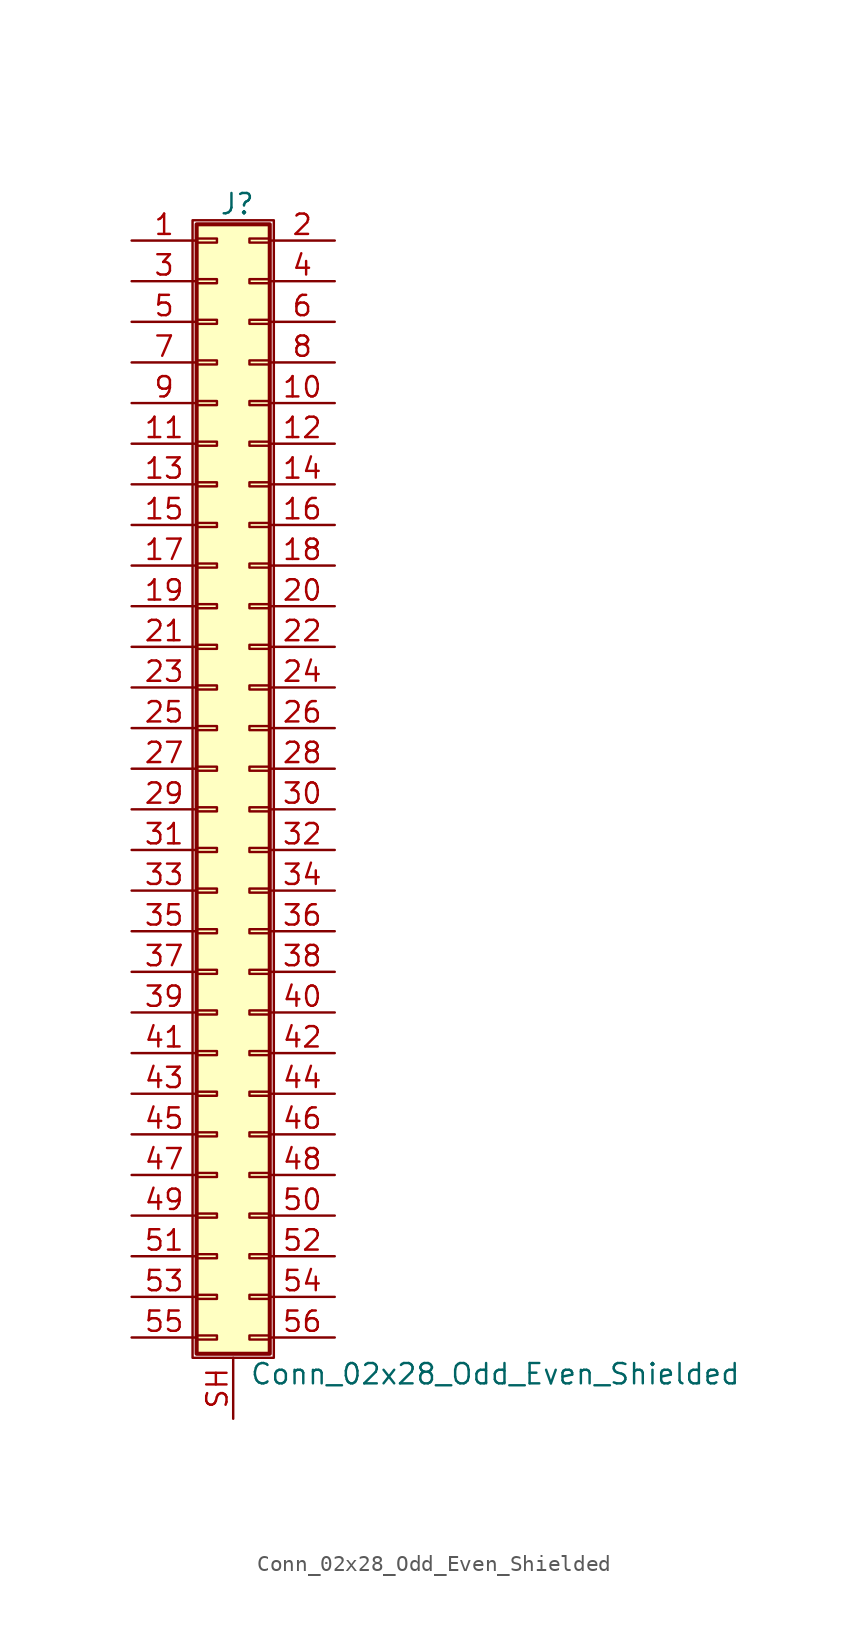
<source format=kicad_sym>
(kicad_symbol_lib
  (version 20201005)
  (generator kicad_symbol_editor)
  (symbol "Conn_02x28_Odd_Even_Shielded"
    (pin_names
      (offset 1.016) hide)
    (property "Reference" "J"
      (at 1.524 35.306 0)
      (effects (font (size 1.27 1.27))))
    (property "Value" "Conn_02x28_Odd_Even_Shielded"
      (at 2.286 -37.846 0)
      (effects (font (size 1.27 1.27)) (justify left)))
    (symbol "Conn_02x28_Odd_Even_Shielded_1_1"
      (rectangle (start -1.27 34.29) (end 3.81 -36.83) (stroke (width 0.152)) (fill (type none)))
      (rectangle (start -1.016 -35.433) (end 0.254 -35.687) (stroke (width 0.152)) (fill (type none)))
      (rectangle (start -1.016 -32.893) (end 0.254 -33.147) (stroke (width 0.152)) (fill (type none)))
      (rectangle (start -1.016 -30.353) (end 0.254 -30.607) (stroke (width 0.152)) (fill (type none)))
      (rectangle (start -1.016 -27.813) (end 0.254 -28.067) (stroke (width 0.152)) (fill (type none)))
      (rectangle (start -1.016 -25.273) (end 0.254 -25.527) (stroke (width 0.152)) (fill (type none)))
      (rectangle (start -1.016 -22.733) (end 0.254 -22.987) (stroke (width 0.152)) (fill (type none)))
      (rectangle (start -1.016 -20.193) (end 0.254 -20.447) (stroke (width 0.152)) (fill (type none)))
      (rectangle (start -1.016 -17.653) (end 0.254 -17.907) (stroke (width 0.152)) (fill (type none)))
      (rectangle (start -1.016 -15.113) (end 0.254 -15.367) (stroke (width 0.152)) (fill (type none)))
      (rectangle (start -1.016 -12.573) (end 0.254 -12.827) (stroke (width 0.152)) (fill (type none)))
      (rectangle (start -1.016 -10.033) (end 0.254 -10.287) (stroke (width 0.152)) (fill (type none)))
      (rectangle (start -1.016 -7.493) (end 0.254 -7.747) (stroke (width 0.152)) (fill (type none)))
      (rectangle (start -1.016 -4.953) (end 0.254 -5.207) (stroke (width 0.152)) (fill (type none)))
      (rectangle (start -1.016 -2.413) (end 0.254 -2.667) (stroke (width 0.152)) (fill (type none)))
      (rectangle (start -1.016 0.127) (end 0.254 -0.127) (stroke (width 0.152)) (fill (type none)))
      (rectangle (start -1.016 2.667) (end 0.254 2.413) (stroke (width 0.152)) (fill (type none)))
      (rectangle (start -1.016 5.207) (end 0.254 4.953) (stroke (width 0.152)) (fill (type none)))
      (rectangle (start -1.016 7.747) (end 0.254 7.493) (stroke (width 0.152)) (fill (type none)))
      (rectangle (start -1.016 10.287) (end 0.254 10.033) (stroke (width 0.152)) (fill (type none)))
      (rectangle (start -1.016 12.827) (end 0.254 12.573) (stroke (width 0.152)) (fill (type none)))
      (rectangle (start -1.016 15.367) (end 0.254 15.113) (stroke (width 0.152)) (fill (type none)))
      (rectangle (start -1.016 17.907) (end 0.254 17.653) (stroke (width 0.152)) (fill (type none)))
      (rectangle (start -1.016 20.447) (end 0.254 20.193) (stroke (width 0.152)) (fill (type none)))
      (rectangle (start -1.016 22.987) (end 0.254 22.733) (stroke (width 0.152)) (fill (type none)))
      (rectangle (start -1.016 25.527) (end 0.254 25.273) (stroke (width 0.152)) (fill (type none)))
      (rectangle (start -1.016 28.067) (end 0.254 27.813) (stroke (width 0.152)) (fill (type none)))
      (rectangle (start -1.016 30.607) (end 0.254 30.353) (stroke (width 0.152)) (fill (type none)))
      (rectangle (start -1.016 33.147) (end 0.254 32.893) (stroke (width 0.152)) (fill (type none)))
      (rectangle (start 3.556 -35.433) (end 2.286 -35.687) (stroke (width 0.152)) (fill (type none)))
      (rectangle (start 3.556 -32.893) (end 2.286 -33.147) (stroke (width 0.152)) (fill (type none)))
      (rectangle (start 3.556 -30.353) (end 2.286 -30.607) (stroke (width 0.152)) (fill (type none)))
      (rectangle (start 3.556 -27.813) (end 2.286 -28.067) (stroke (width 0.152)) (fill (type none)))
      (rectangle (start 3.556 -25.273) (end 2.286 -25.527) (stroke (width 0.152)) (fill (type none)))
      (rectangle (start 3.556 -22.733) (end 2.286 -22.987) (stroke (width 0.152)) (fill (type none)))
      (rectangle (start 3.556 -20.193) (end 2.286 -20.447) (stroke (width 0.152)) (fill (type none)))
      (rectangle (start 3.556 -17.653) (end 2.286 -17.907) (stroke (width 0.152)) (fill (type none)))
      (rectangle (start 3.556 -15.113) (end 2.286 -15.367) (stroke (width 0.152)) (fill (type none)))
      (rectangle (start 3.556 -12.573) (end 2.286 -12.827) (stroke (width 0.152)) (fill (type none)))
      (rectangle (start 3.556 -10.033) (end 2.286 -10.287) (stroke (width 0.152)) (fill (type none)))
      (rectangle (start 3.556 -7.493) (end 2.286 -7.747) (stroke (width 0.152)) (fill (type none)))
      (rectangle (start 3.556 -4.953) (end 2.286 -5.207) (stroke (width 0.152)) (fill (type none)))
      (rectangle (start 3.556 -2.413) (end 2.286 -2.667) (stroke (width 0.152)) (fill (type none)))
      (rectangle (start 3.556 0.127) (end 2.286 -0.127) (stroke (width 0.152)) (fill (type none)))
      (rectangle (start 3.556 2.667) (end 2.286 2.413) (stroke (width 0.152)) (fill (type none)))
      (rectangle (start 3.556 5.207) (end 2.286 4.953) (stroke (width 0.152)) (fill (type none)))
      (rectangle (start 3.556 7.747) (end 2.286 7.493) (stroke (width 0.152)) (fill (type none)))
      (rectangle (start 3.556 10.287) (end 2.286 10.033) (stroke (width 0.152)) (fill (type none)))
      (rectangle (start 3.556 12.827) (end 2.286 12.573) (stroke (width 0.152)) (fill (type none)))
      (rectangle (start 3.556 15.367) (end 2.286 15.113) (stroke (width 0.152)) (fill (type none)))
      (rectangle (start 3.556 17.907) (end 2.286 17.653) (stroke (width 0.152)) (fill (type none)))
      (rectangle (start 3.556 20.447) (end 2.286 20.193) (stroke (width 0.152)) (fill (type none)))
      (rectangle (start 3.556 22.987) (end 2.286 22.733) (stroke (width 0.152)) (fill (type none)))
      (rectangle (start 3.556 25.527) (end 2.286 25.273) (stroke (width 0.152)) (fill (type none)))
      (rectangle (start 3.556 28.067) (end 2.286 27.813) (stroke (width 0.152)) (fill (type none)))
      (rectangle (start 3.556 30.607) (end 2.286 30.353) (stroke (width 0.152)) (fill (type none)))
      (rectangle (start 3.556 33.147) (end 2.286 32.893) (stroke (width 0.152)) (fill (type none)))
      (rectangle (start -1.016 34.036) (end 3.556 -36.576) (stroke (width 0.254)) (fill (type background)))
      (pin passive line (at -5.08 33.02 0) (length 4.064) (name "Pin_1" (effects (font (size 1.27 1.27)))) (number "1" (effects (font (size 1.27 1.27)))))
      (pin passive line (at 7.62 22.86 180) (length 4.064) (name "Pin_10" (effects (font (size 1.27 1.27)))) (number "10" (effects (font (size 1.27 1.27)))))
      (pin passive line (at -5.08 20.32 0) (length 4.064) (name "Pin_11" (effects (font (size 1.27 1.27)))) (number "11" (effects (font (size 1.27 1.27)))))
      (pin passive line (at 7.62 20.32 180) (length 4.064) (name "Pin_12" (effects (font (size 1.27 1.27)))) (number "12" (effects (font (size 1.27 1.27)))))
      (pin passive line (at -5.08 17.78 0) (length 4.064) (name "Pin_13" (effects (font (size 1.27 1.27)))) (number "13" (effects (font (size 1.27 1.27)))))
      (pin passive line (at 7.62 17.78 180) (length 4.064) (name "Pin_14" (effects (font (size 1.27 1.27)))) (number "14" (effects (font (size 1.27 1.27)))))
      (pin passive line (at -5.08 15.24 0) (length 4.064) (name "Pin_15" (effects (font (size 1.27 1.27)))) (number "15" (effects (font (size 1.27 1.27)))))
      (pin passive line (at 7.62 15.24 180) (length 4.064) (name "Pin_16" (effects (font (size 1.27 1.27)))) (number "16" (effects (font (size 1.27 1.27)))))
      (pin passive line (at -5.08 12.7 0) (length 4.064) (name "Pin_17" (effects (font (size 1.27 1.27)))) (number "17" (effects (font (size 1.27 1.27)))))
      (pin passive line (at 7.62 12.7 180) (length 4.064) (name "Pin_18" (effects (font (size 1.27 1.27)))) (number "18" (effects (font (size 1.27 1.27)))))
      (pin passive line (at -5.08 10.16 0) (length 4.064) (name "Pin_19" (effects (font (size 1.27 1.27)))) (number "19" (effects (font (size 1.27 1.27)))))
      (pin passive line (at 7.62 33.02 180) (length 4.064) (name "Pin_2" (effects (font (size 1.27 1.27)))) (number "2" (effects (font (size 1.27 1.27)))))
      (pin passive line (at 7.62 10.16 180) (length 4.064) (name "Pin_20" (effects (font (size 1.27 1.27)))) (number "20" (effects (font (size 1.27 1.27)))))
      (pin passive line (at -5.08 7.62 0) (length 4.064) (name "Pin_21" (effects (font (size 1.27 1.27)))) (number "21" (effects (font (size 1.27 1.27)))))
      (pin passive line (at 7.62 7.62 180) (length 4.064) (name "Pin_22" (effects (font (size 1.27 1.27)))) (number "22" (effects (font (size 1.27 1.27)))))
      (pin passive line (at -5.08 5.08 0) (length 4.064) (name "Pin_23" (effects (font (size 1.27 1.27)))) (number "23" (effects (font (size 1.27 1.27)))))
      (pin passive line (at 7.62 5.08 180) (length 4.064) (name "Pin_24" (effects (font (size 1.27 1.27)))) (number "24" (effects (font (size 1.27 1.27)))))
      (pin passive line (at -5.08 2.54 0) (length 4.064) (name "Pin_25" (effects (font (size 1.27 1.27)))) (number "25" (effects (font (size 1.27 1.27)))))
      (pin passive line (at 7.62 2.54 180) (length 4.064) (name "Pin_26" (effects (font (size 1.27 1.27)))) (number "26" (effects (font (size 1.27 1.27)))))
      (pin passive line (at -5.08 0 0) (length 4.064) (name "Pin_27" (effects (font (size 1.27 1.27)))) (number "27" (effects (font (size 1.27 1.27)))))
      (pin passive line (at 7.62 0 180) (length 4.064) (name "Pin_28" (effects (font (size 1.27 1.27)))) (number "28" (effects (font (size 1.27 1.27)))))
      (pin passive line (at -5.08 -2.54 0) (length 4.064) (name "Pin_29" (effects (font (size 1.27 1.27)))) (number "29" (effects (font (size 1.27 1.27)))))
      (pin passive line (at -5.08 30.48 0) (length 4.064) (name "Pin_3" (effects (font (size 1.27 1.27)))) (number "3" (effects (font (size 1.27 1.27)))))
      (pin passive line (at 7.62 -2.54 180) (length 4.064) (name "Pin_30" (effects (font (size 1.27 1.27)))) (number "30" (effects (font (size 1.27 1.27)))))
      (pin passive line (at -5.08 -5.08 0) (length 4.064) (name "Pin_31" (effects (font (size 1.27 1.27)))) (number "31" (effects (font (size 1.27 1.27)))))
      (pin passive line (at 7.62 -5.08 180) (length 4.064) (name "Pin_32" (effects (font (size 1.27 1.27)))) (number "32" (effects (font (size 1.27 1.27)))))
      (pin passive line (at -5.08 -7.62 0) (length 4.064) (name "Pin_33" (effects (font (size 1.27 1.27)))) (number "33" (effects (font (size 1.27 1.27)))))
      (pin passive line (at 7.62 -7.62 180) (length 4.064) (name "Pin_34" (effects (font (size 1.27 1.27)))) (number "34" (effects (font (size 1.27 1.27)))))
      (pin passive line (at -5.08 -10.16 0) (length 4.064) (name "Pin_35" (effects (font (size 1.27 1.27)))) (number "35" (effects (font (size 1.27 1.27)))))
      (pin passive line (at 7.62 -10.16 180) (length 4.064) (name "Pin_36" (effects (font (size 1.27 1.27)))) (number "36" (effects (font (size 1.27 1.27)))))
      (pin passive line (at -5.08 -12.7 0) (length 4.064) (name "Pin_37" (effects (font (size 1.27 1.27)))) (number "37" (effects (font (size 1.27 1.27)))))
      (pin passive line (at 7.62 -12.7 180) (length 4.064) (name "Pin_38" (effects (font (size 1.27 1.27)))) (number "38" (effects (font (size 1.27 1.27)))))
      (pin passive line (at -5.08 -15.24 0) (length 4.064) (name "Pin_39" (effects (font (size 1.27 1.27)))) (number "39" (effects (font (size 1.27 1.27)))))
      (pin passive line (at 7.62 30.48 180) (length 4.064) (name "Pin_4" (effects (font (size 1.27 1.27)))) (number "4" (effects (font (size 1.27 1.27)))))
      (pin passive line (at 7.62 -15.24 180) (length 4.064) (name "Pin_40" (effects (font (size 1.27 1.27)))) (number "40" (effects (font (size 1.27 1.27)))))
      (pin passive line (at -5.08 -17.78 0) (length 4.064) (name "Pin_41" (effects (font (size 1.27 1.27)))) (number "41" (effects (font (size 1.27 1.27)))))
      (pin passive line (at 7.62 -17.78 180) (length 4.064) (name "Pin_42" (effects (font (size 1.27 1.27)))) (number "42" (effects (font (size 1.27 1.27)))))
      (pin passive line (at -5.08 -20.32 0) (length 4.064) (name "Pin_43" (effects (font (size 1.27 1.27)))) (number "43" (effects (font (size 1.27 1.27)))))
      (pin passive line (at 7.62 -20.32 180) (length 4.064) (name "Pin_44" (effects (font (size 1.27 1.27)))) (number "44" (effects (font (size 1.27 1.27)))))
      (pin passive line (at -5.08 -22.86 0) (length 4.064) (name "Pin_45" (effects (font (size 1.27 1.27)))) (number "45" (effects (font (size 1.27 1.27)))))
      (pin passive line (at 7.62 -22.86 180) (length 4.064) (name "Pin_46" (effects (font (size 1.27 1.27)))) (number "46" (effects (font (size 1.27 1.27)))))
      (pin passive line (at -5.08 -25.4 0) (length 4.064) (name "Pin_47" (effects (font (size 1.27 1.27)))) (number "47" (effects (font (size 1.27 1.27)))))
      (pin passive line (at 7.62 -25.4 180) (length 4.064) (name "Pin_48" (effects (font (size 1.27 1.27)))) (number "48" (effects (font (size 1.27 1.27)))))
      (pin passive line (at -5.08 -27.94 0) (length 4.064) (name "Pin_49" (effects (font (size 1.27 1.27)))) (number "49" (effects (font (size 1.27 1.27)))))
      (pin passive line (at -5.08 27.94 0) (length 4.064) (name "Pin_5" (effects (font (size 1.27 1.27)))) (number "5" (effects (font (size 1.27 1.27)))))
      (pin passive line (at 7.62 -27.94 180) (length 4.064) (name "Pin_50" (effects (font (size 1.27 1.27)))) (number "50" (effects (font (size 1.27 1.27)))))
      (pin passive line (at -5.08 -30.48 0) (length 4.064) (name "Pin_51" (effects (font (size 1.27 1.27)))) (number "51" (effects (font (size 1.27 1.27)))))
      (pin passive line (at 7.62 -30.48 180) (length 4.064) (name "Pin_52" (effects (font (size 1.27 1.27)))) (number "52" (effects (font (size 1.27 1.27)))))
      (pin passive line (at -5.08 -33.02 0) (length 4.064) (name "Pin_53" (effects (font (size 1.27 1.27)))) (number "53" (effects (font (size 1.27 1.27)))))
      (pin passive line (at 7.62 -33.02 180) (length 4.064) (name "Pin_54" (effects (font (size 1.27 1.27)))) (number "54" (effects (font (size 1.27 1.27)))))
      (pin passive line (at -5.08 -35.56 0) (length 4.064) (name "Pin_55" (effects (font (size 1.27 1.27)))) (number "55" (effects (font (size 1.27 1.27)))))
      (pin passive line (at 7.62 -35.56 180) (length 4.064) (name "Pin_56" (effects (font (size 1.27 1.27)))) (number "56" (effects (font (size 1.27 1.27)))))
      (pin passive line (at 7.62 27.94 180) (length 4.064) (name "Pin_6" (effects (font (size 1.27 1.27)))) (number "6" (effects (font (size 1.27 1.27)))))
      (pin passive line (at -5.08 25.4 0) (length 4.064) (name "Pin_7" (effects (font (size 1.27 1.27)))) (number "7" (effects (font (size 1.27 1.27)))))
      (pin passive line (at 7.62 25.4 180) (length 4.064) (name "Pin_8" (effects (font (size 1.27 1.27)))) (number "8" (effects (font (size 1.27 1.27)))))
      (pin passive line (at -5.08 22.86 0) (length 4.064) (name "Pin_9" (effects (font (size 1.27 1.27)))) (number "9" (effects (font (size 1.27 1.27)))))
      (pin passive line (at 1.27 -40.64 90) (length 3.81) (name "Shield" (effects (font (size 1.27 1.27)))) (number "SH" (effects (font (size 1.27 1.27))))))))
</source>
